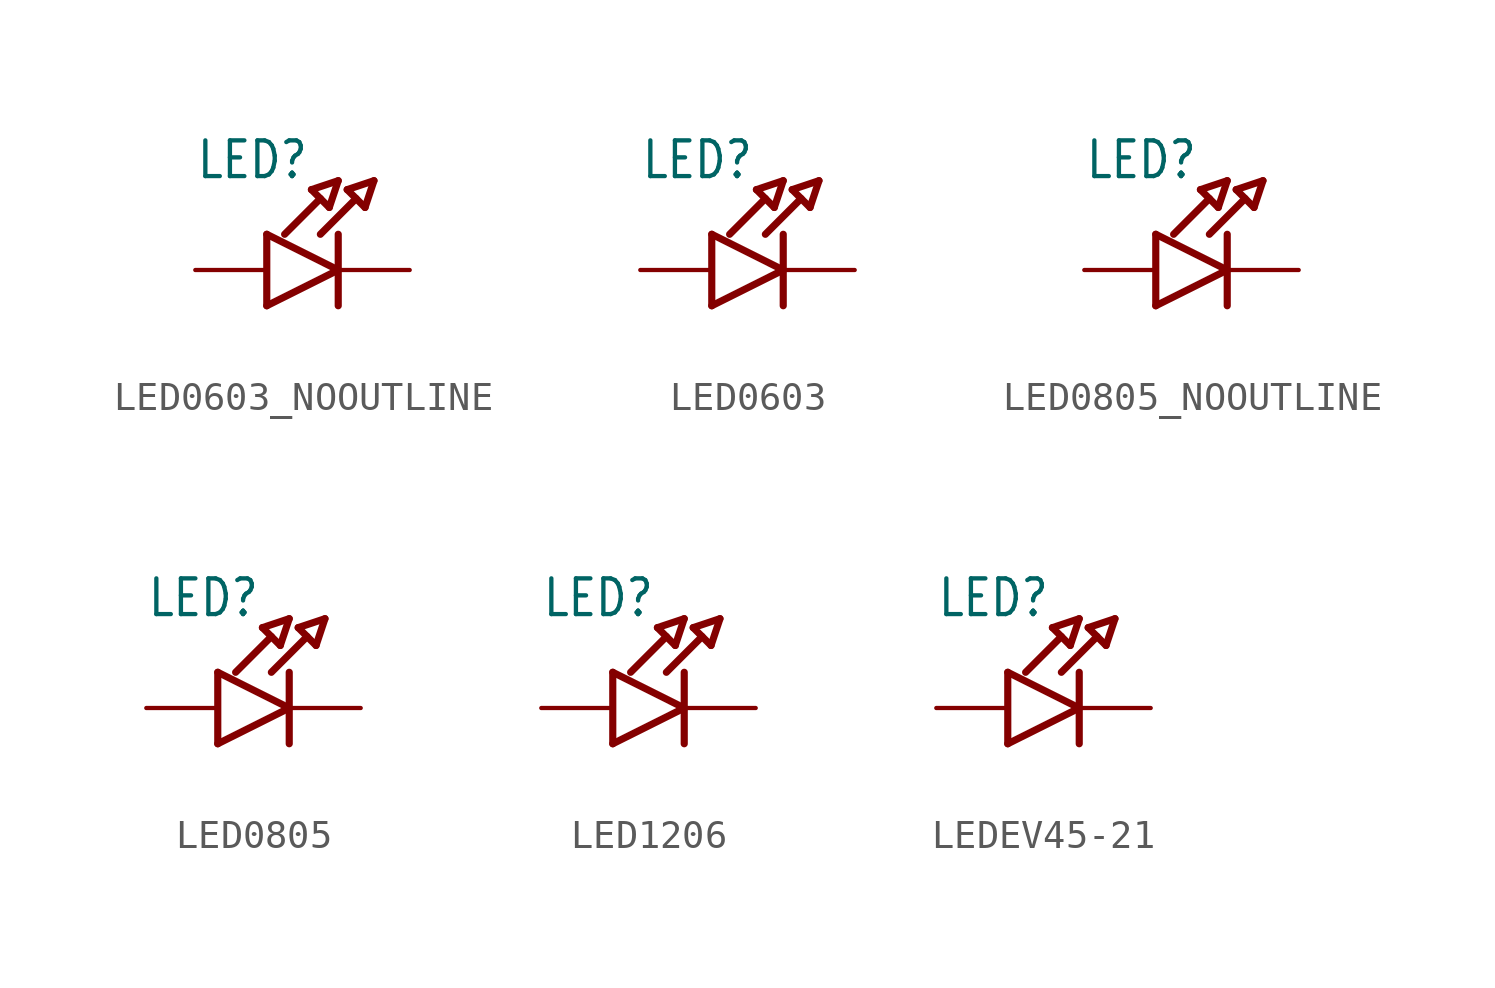
<source format=kicad_sym>
(kicad_symbol_lib
  (version 20241209)
  (generator "kicad_symbol_editor")
  (generator_version "9.0")
  (symbol "LED0603_NOOUTLINE"
    (property "Reference" "LED"
      (at -5.08 3.175 0)
      (effects (font (size 1.27 1.079)) (justify left bottom)))
    (property "Value" ""
      (at -5.08 -2.794 0)
      (effects (font (size 1.27 1.079)) (justify left bottom)))
    (property "ki_locked" ""
      (at 0 0 0)
      (effects (font (size 1.27 1.27))))
    (symbol "LED0603_NOOUTLINE_1_0"
      (polyline (pts (xy -2.54 1.27) (xy -2.54 -1.27)) (stroke (width 0.254) (type solid)) (fill (type none)))
      (polyline (pts (xy -2.54 -1.27) (xy 0 0)) (stroke (width 0.254) (type solid)) (fill (type none)))
      (polyline (pts (xy -1.905 1.27) (xy -0.635 2.54)) (stroke (width 0.254) (type solid)) (fill (type none)))
      (polyline (pts (xy -0.953 2.857) (xy -0.318 2.223)) (stroke (width 0.254) (type solid)) (fill (type none)))
      (polyline (pts (xy -0.635 1.27) (xy 0.635 2.54)) (stroke (width 0.254) (type solid)) (fill (type none)))
      (polyline (pts (xy -0.318 2.223) (xy 0 3.175)) (stroke (width 0.254) (type solid)) (fill (type none)))
      (polyline (pts (xy 0 3.175) (xy -0.953 2.857)) (stroke (width 0.254) (type solid)) (fill (type none)))
      (polyline (pts (xy 0 1.27) (xy 0 0)) (stroke (width 0.254) (type solid)) (fill (type none)))
      (polyline (pts (xy 0 0) (xy -2.54 1.27)) (stroke (width 0.254) (type solid)) (fill (type none)))
      (polyline (pts (xy 0 0) (xy 0 -1.27)) (stroke (width 0.254) (type solid)) (fill (type none)))
      (polyline (pts (xy 0.318 2.857) (xy 0.953 2.223)) (stroke (width 0.254) (type solid)) (fill (type none)))
      (polyline (pts (xy 0.953 2.223) (xy 1.27 3.175)) (stroke (width 0.254) (type solid)) (fill (type none)))
      (polyline (pts (xy 1.27 3.175) (xy 0.318 2.857)) (stroke (width 0.254) (type solid)) (fill (type none)))
      (pin passive line (at -5.08 0 0) (length 2.54) (name "A" (effects (font (size 0 0)))) (number "A" (effects (font (size 0 0)))))
      (pin passive line (at 2.54 0 180) (length 2.54) (name "C" (effects (font (size 0 0)))) (number "C" (effects (font (size 0 0)))))))
  (symbol "LED0603"
    (property "Reference" "LED"
      (at -5.08 3.175 0)
      (effects (font (size 1.27 1.079)) (justify left bottom)))
    (property "Value" ""
      (at -5.08 -2.794 0)
      (effects (font (size 1.27 1.079)) (justify left bottom)))
    (property "ki_locked" ""
      (at 0 0 0)
      (effects (font (size 1.27 1.27))))
    (symbol "LED0603_1_0"
      (polyline (pts (xy -2.54 1.27) (xy -2.54 -1.27)) (stroke (width 0.254) (type solid)) (fill (type none)))
      (polyline (pts (xy -2.54 -1.27) (xy 0 0)) (stroke (width 0.254) (type solid)) (fill (type none)))
      (polyline (pts (xy -1.905 1.27) (xy -0.635 2.54)) (stroke (width 0.254) (type solid)) (fill (type none)))
      (polyline (pts (xy -0.953 2.857) (xy -0.318 2.223)) (stroke (width 0.254) (type solid)) (fill (type none)))
      (polyline (pts (xy -0.635 1.27) (xy 0.635 2.54)) (stroke (width 0.254) (type solid)) (fill (type none)))
      (polyline (pts (xy -0.318 2.223) (xy 0 3.175)) (stroke (width 0.254) (type solid)) (fill (type none)))
      (polyline (pts (xy 0 3.175) (xy -0.953 2.857)) (stroke (width 0.254) (type solid)) (fill (type none)))
      (polyline (pts (xy 0 1.27) (xy 0 0)) (stroke (width 0.254) (type solid)) (fill (type none)))
      (polyline (pts (xy 0 0) (xy -2.54 1.27)) (stroke (width 0.254) (type solid)) (fill (type none)))
      (polyline (pts (xy 0 0) (xy 0 -1.27)) (stroke (width 0.254) (type solid)) (fill (type none)))
      (polyline (pts (xy 0.318 2.857) (xy 0.953 2.223)) (stroke (width 0.254) (type solid)) (fill (type none)))
      (polyline (pts (xy 0.953 2.223) (xy 1.27 3.175)) (stroke (width 0.254) (type solid)) (fill (type none)))
      (polyline (pts (xy 1.27 3.175) (xy 0.318 2.857)) (stroke (width 0.254) (type solid)) (fill (type none)))
      (pin passive line (at -5.08 0 0) (length 2.54) (name "A" (effects (font (size 0 0)))) (number "A" (effects (font (size 0 0)))))
      (pin passive line (at 2.54 0 180) (length 2.54) (name "C" (effects (font (size 0 0)))) (number "C" (effects (font (size 0 0)))))))
  (symbol "LED0805_NOOUTLINE"
    (property "Reference" "LED"
      (at -5.08 3.175 0)
      (effects (font (size 1.27 1.079)) (justify left bottom)))
    (property "Value" ""
      (at -5.08 -2.794 0)
      (effects (font (size 1.27 1.079)) (justify left bottom)))
    (property "ki_locked" ""
      (at 0 0 0)
      (effects (font (size 1.27 1.27))))
    (symbol "LED0805_NOOUTLINE_1_0"
      (polyline (pts (xy -2.54 1.27) (xy -2.54 -1.27)) (stroke (width 0.254) (type solid)) (fill (type none)))
      (polyline (pts (xy -2.54 -1.27) (xy 0 0)) (stroke (width 0.254) (type solid)) (fill (type none)))
      (polyline (pts (xy -1.905 1.27) (xy -0.635 2.54)) (stroke (width 0.254) (type solid)) (fill (type none)))
      (polyline (pts (xy -0.953 2.857) (xy -0.318 2.223)) (stroke (width 0.254) (type solid)) (fill (type none)))
      (polyline (pts (xy -0.635 1.27) (xy 0.635 2.54)) (stroke (width 0.254) (type solid)) (fill (type none)))
      (polyline (pts (xy -0.318 2.223) (xy 0 3.175)) (stroke (width 0.254) (type solid)) (fill (type none)))
      (polyline (pts (xy 0 3.175) (xy -0.953 2.857)) (stroke (width 0.254) (type solid)) (fill (type none)))
      (polyline (pts (xy 0 1.27) (xy 0 0)) (stroke (width 0.254) (type solid)) (fill (type none)))
      (polyline (pts (xy 0 0) (xy -2.54 1.27)) (stroke (width 0.254) (type solid)) (fill (type none)))
      (polyline (pts (xy 0 0) (xy 0 -1.27)) (stroke (width 0.254) (type solid)) (fill (type none)))
      (polyline (pts (xy 0.318 2.857) (xy 0.953 2.223)) (stroke (width 0.254) (type solid)) (fill (type none)))
      (polyline (pts (xy 0.953 2.223) (xy 1.27 3.175)) (stroke (width 0.254) (type solid)) (fill (type none)))
      (polyline (pts (xy 1.27 3.175) (xy 0.318 2.857)) (stroke (width 0.254) (type solid)) (fill (type none)))
      (pin passive line (at -5.08 0 0) (length 2.54) (name "A" (effects (font (size 0 0)))) (number "A" (effects (font (size 0 0)))))
      (pin passive line (at 2.54 0 180) (length 2.54) (name "C" (effects (font (size 0 0)))) (number "C" (effects (font (size 0 0)))))))
  (symbol "LED0805"
    (property "Reference" "LED"
      (at -5.08 3.175 0)
      (effects (font (size 1.27 1.079)) (justify left bottom)))
    (property "Value" ""
      (at -5.08 -2.794 0)
      (effects (font (size 1.27 1.079)) (justify left bottom)))
    (property "ki_locked" ""
      (at 0 0 0)
      (effects (font (size 1.27 1.27))))
    (symbol "LED0805_1_0"
      (polyline (pts (xy -2.54 1.27) (xy -2.54 -1.27)) (stroke (width 0.254) (type solid)) (fill (type none)))
      (polyline (pts (xy -2.54 -1.27) (xy 0 0)) (stroke (width 0.254) (type solid)) (fill (type none)))
      (polyline (pts (xy -1.905 1.27) (xy -0.635 2.54)) (stroke (width 0.254) (type solid)) (fill (type none)))
      (polyline (pts (xy -0.953 2.857) (xy -0.318 2.223)) (stroke (width 0.254) (type solid)) (fill (type none)))
      (polyline (pts (xy -0.635 1.27) (xy 0.635 2.54)) (stroke (width 0.254) (type solid)) (fill (type none)))
      (polyline (pts (xy -0.318 2.223) (xy 0 3.175)) (stroke (width 0.254) (type solid)) (fill (type none)))
      (polyline (pts (xy 0 3.175) (xy -0.953 2.857)) (stroke (width 0.254) (type solid)) (fill (type none)))
      (polyline (pts (xy 0 1.27) (xy 0 0)) (stroke (width 0.254) (type solid)) (fill (type none)))
      (polyline (pts (xy 0 0) (xy -2.54 1.27)) (stroke (width 0.254) (type solid)) (fill (type none)))
      (polyline (pts (xy 0 0) (xy 0 -1.27)) (stroke (width 0.254) (type solid)) (fill (type none)))
      (polyline (pts (xy 0.318 2.857) (xy 0.953 2.223)) (stroke (width 0.254) (type solid)) (fill (type none)))
      (polyline (pts (xy 0.953 2.223) (xy 1.27 3.175)) (stroke (width 0.254) (type solid)) (fill (type none)))
      (polyline (pts (xy 1.27 3.175) (xy 0.318 2.857)) (stroke (width 0.254) (type solid)) (fill (type none)))
      (pin passive line (at -5.08 0 0) (length 2.54) (name "A" (effects (font (size 0 0)))) (number "A" (effects (font (size 0 0)))))
      (pin passive line (at 2.54 0 180) (length 2.54) (name "C" (effects (font (size 0 0)))) (number "C" (effects (font (size 0 0)))))))
  (symbol "LED1206"
    (property "Reference" "LED"
      (at -5.08 3.175 0)
      (effects (font (size 1.27 1.079)) (justify left bottom)))
    (property "Value" ""
      (at -5.08 -2.794 0)
      (effects (font (size 1.27 1.079)) (justify left bottom)))
    (property "ki_locked" ""
      (at 0 0 0)
      (effects (font (size 1.27 1.27))))
    (symbol "LED1206_1_0"
      (polyline (pts (xy -2.54 1.27) (xy -2.54 -1.27)) (stroke (width 0.254) (type solid)) (fill (type none)))
      (polyline (pts (xy -2.54 -1.27) (xy 0 0)) (stroke (width 0.254) (type solid)) (fill (type none)))
      (polyline (pts (xy -1.905 1.27) (xy -0.635 2.54)) (stroke (width 0.254) (type solid)) (fill (type none)))
      (polyline (pts (xy -0.953 2.857) (xy -0.318 2.223)) (stroke (width 0.254) (type solid)) (fill (type none)))
      (polyline (pts (xy -0.635 1.27) (xy 0.635 2.54)) (stroke (width 0.254) (type solid)) (fill (type none)))
      (polyline (pts (xy -0.318 2.223) (xy 0 3.175)) (stroke (width 0.254) (type solid)) (fill (type none)))
      (polyline (pts (xy 0 3.175) (xy -0.953 2.857)) (stroke (width 0.254) (type solid)) (fill (type none)))
      (polyline (pts (xy 0 1.27) (xy 0 0)) (stroke (width 0.254) (type solid)) (fill (type none)))
      (polyline (pts (xy 0 0) (xy -2.54 1.27)) (stroke (width 0.254) (type solid)) (fill (type none)))
      (polyline (pts (xy 0 0) (xy 0 -1.27)) (stroke (width 0.254) (type solid)) (fill (type none)))
      (polyline (pts (xy 0.318 2.857) (xy 0.953 2.223)) (stroke (width 0.254) (type solid)) (fill (type none)))
      (polyline (pts (xy 0.953 2.223) (xy 1.27 3.175)) (stroke (width 0.254) (type solid)) (fill (type none)))
      (polyline (pts (xy 1.27 3.175) (xy 0.318 2.857)) (stroke (width 0.254) (type solid)) (fill (type none)))
      (pin passive line (at -5.08 0 0) (length 2.54) (name "A" (effects (font (size 0 0)))) (number "A" (effects (font (size 0 0)))))
      (pin passive line (at 2.54 0 180) (length 2.54) (name "C" (effects (font (size 0 0)))) (number "C" (effects (font (size 0 0)))))))
  (symbol "LEDEV45-21"
    (property "Reference" "LED"
      (at -5.08 3.175 0)
      (effects (font (size 1.27 1.079)) (justify left bottom)))
    (property "Value" ""
      (at -5.08 -2.794 0)
      (effects (font (size 1.27 1.079)) (justify left bottom)))
    (property "ki_locked" ""
      (at 0 0 0)
      (effects (font (size 1.27 1.27))))
    (symbol "LEDEV45-21_1_0"
      (polyline (pts (xy -2.54 1.27) (xy -2.54 -1.27)) (stroke (width 0.254) (type solid)) (fill (type none)))
      (polyline (pts (xy -2.54 -1.27) (xy 0 0)) (stroke (width 0.254) (type solid)) (fill (type none)))
      (polyline (pts (xy -1.905 1.27) (xy -0.635 2.54)) (stroke (width 0.254) (type solid)) (fill (type none)))
      (polyline (pts (xy -0.953 2.857) (xy -0.318 2.223)) (stroke (width 0.254) (type solid)) (fill (type none)))
      (polyline (pts (xy -0.635 1.27) (xy 0.635 2.54)) (stroke (width 0.254) (type solid)) (fill (type none)))
      (polyline (pts (xy -0.318 2.223) (xy 0 3.175)) (stroke (width 0.254) (type solid)) (fill (type none)))
      (polyline (pts (xy 0 3.175) (xy -0.953 2.857)) (stroke (width 0.254) (type solid)) (fill (type none)))
      (polyline (pts (xy 0 1.27) (xy 0 0)) (stroke (width 0.254) (type solid)) (fill (type none)))
      (polyline (pts (xy 0 0) (xy -2.54 1.27)) (stroke (width 0.254) (type solid)) (fill (type none)))
      (polyline (pts (xy 0 0) (xy 0 -1.27)) (stroke (width 0.254) (type solid)) (fill (type none)))
      (polyline (pts (xy 0.318 2.857) (xy 0.953 2.223)) (stroke (width 0.254) (type solid)) (fill (type none)))
      (polyline (pts (xy 0.953 2.223) (xy 1.27 3.175)) (stroke (width 0.254) (type solid)) (fill (type none)))
      (polyline (pts (xy 1.27 3.175) (xy 0.318 2.857)) (stroke (width 0.254) (type solid)) (fill (type none)))
      (pin passive line (at -5.08 0 0) (length 2.54) (name "A" (effects (font (size 0 0)))) (number "A" (effects (font (size 0 0)))))
      (pin passive line (at 2.54 0 180) (length 2.54) (name "C" (effects (font (size 0 0)))) (number "K" (effects (font (size 0 0))))))))
</source>
